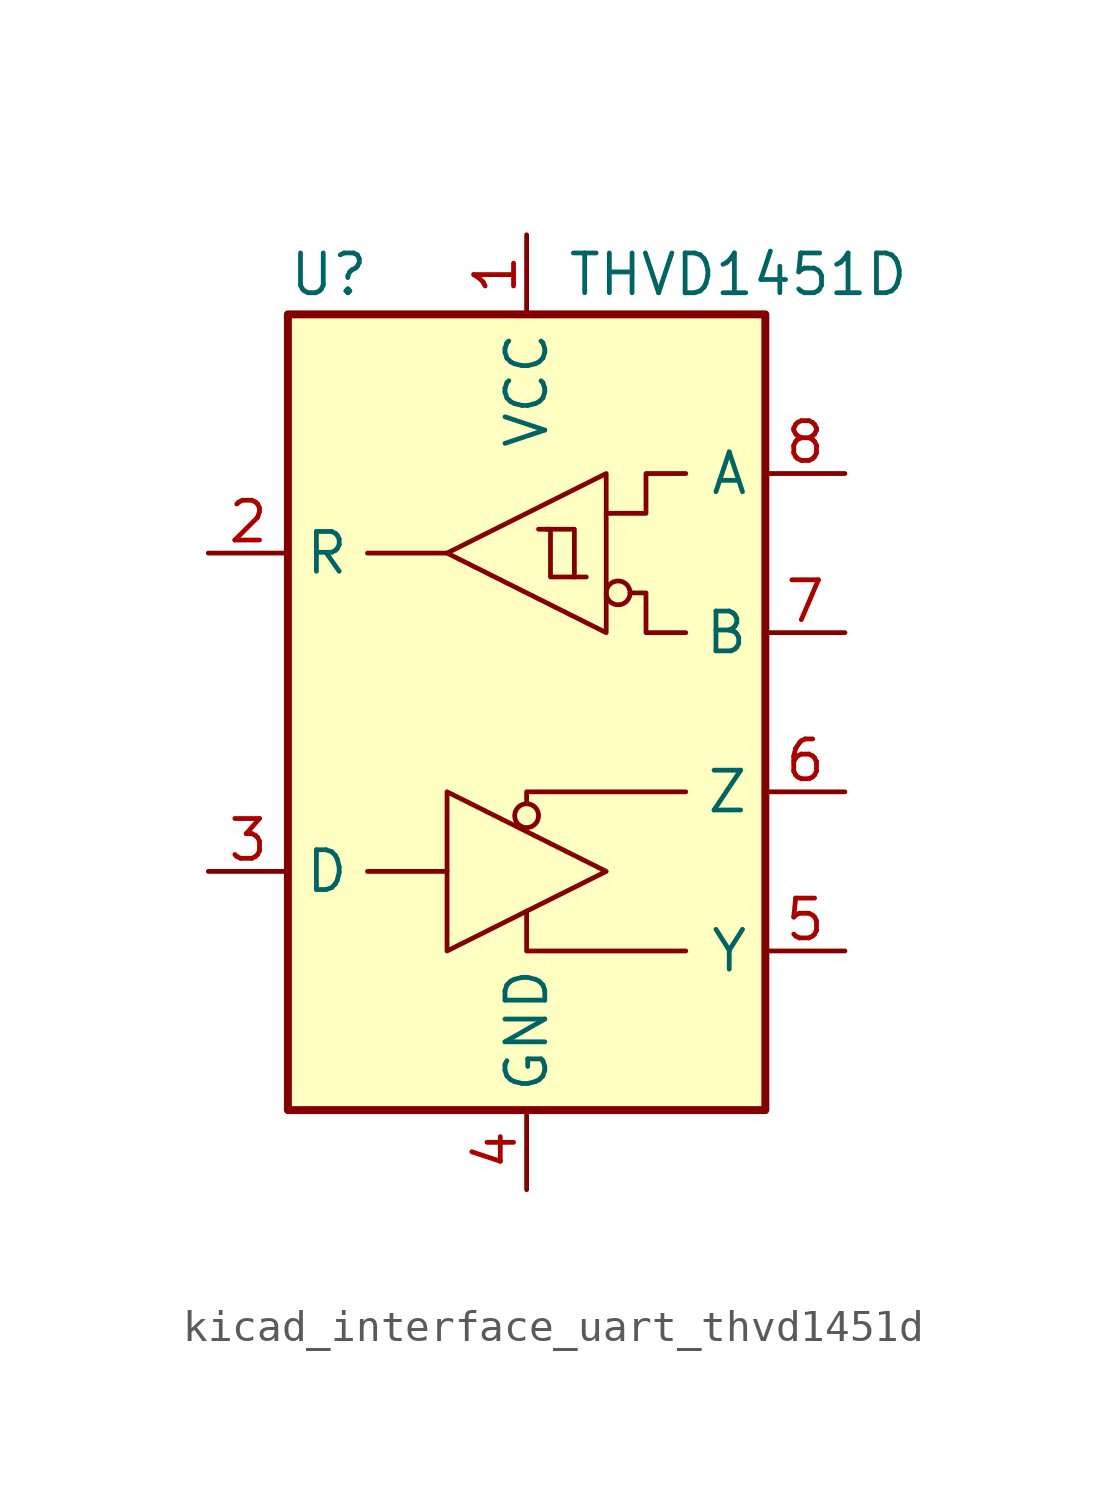
<source format=kicad_sym>
(kicad_symbol_lib
  (version 20220914)
  (generator kicad_symbol_editor)
  (symbol "kicad_interface_uart_thvd1451d"
    (property "Reference" "U"
      (at -7.62 13.97 0)
      (effects (font (size 1.27 1.27)) (justify left)))
    (property "Value" "THVD1451D"
      (at 1.27 13.97 0)
      (effects (font (size 1.27 1.27)) (justify left)))
    (symbol "kicad_interface_uart_thvd1451d_0_1"
      (rectangle (start -7.62 12.7) (end 7.62 -12.7) (stroke (width 0.254) (type default)) (fill (type background)))
      (circle (center 0 -3.302) (radius 0.381) (stroke (width 0) (type default)) (fill (type none)))
      (polyline (pts (xy -5.08 -5.08) (xy -2.54 -5.08)) (stroke (width 0) (type default)) (fill (type none)))
      (polyline (pts (xy -2.54 5.08) (xy -5.08 5.08)) (stroke (width 0) (type default)) (fill (type none)))
      (polyline (pts (xy 1.524 4.318) (xy 1.524 5.842) (xy 0.635 5.842)) (stroke (width 0) (type default)) (fill (type none)))
      (polyline (pts (xy 5.08 -7.62) (xy 0 -7.62) (xy 0 -6.35)) (stroke (width 0) (type default)) (fill (type none)))
      (polyline (pts (xy 5.08 -2.54) (xy 0 -2.54) (xy 0 -2.921)) (stroke (width 0) (type default)) (fill (type none)))
      (polyline (pts (xy -2.54 -2.54) (xy -2.54 -7.62) (xy 2.54 -5.08) (xy -2.54 -2.54)) (stroke (width 0) (type default)) (fill (type none)))
      (polyline (pts (xy 2.54 6.35) (xy 3.81 6.35) (xy 3.81 7.62) (xy 5.08 7.62)) (stroke (width 0) (type default)) (fill (type none)))
      (polyline (pts (xy 2.54 7.62) (xy 2.54 2.54) (xy -2.54 5.08) (xy 2.54 7.62)) (stroke (width 0) (type default)) (fill (type none)))
      (polyline (pts (xy 3.302 3.81) (xy 3.81 3.81) (xy 3.81 2.54) (xy 5.08 2.54)) (stroke (width 0) (type default)) (fill (type none)))
      (polyline (pts (xy 1.905 4.318) (xy 0.889 4.318) (xy 0.762 4.318) (xy 0.762 5.842) (xy 0.381 5.842)) (stroke (width 0) (type default)) (fill (type none)))
      (circle (center 2.921 3.81) (radius 0.381) (stroke (width 0) (type default)) (fill (type none))))
    (symbol "kicad_interface_uart_thvd1451d_1_1"
      (pin power_in line (at 0 15.24 270) (length 2.54) (name "VCC" (effects (font (size 1.27 1.27)))) (number "1" (effects (font (size 1.27 1.27)))))
      (pin output line (at -10.16 5.08 0) (length 2.54) (name "R" (effects (font (size 1.27 1.27)))) (number "2" (effects (font (size 1.27 1.27)))))
      (pin input line (at -10.16 -5.08 0) (length 2.54) (name "D" (effects (font (size 1.27 1.27)))) (number "3" (effects (font (size 1.27 1.27)))))
      (pin power_in line (at 0 -15.24 90) (length 2.54) (name "GND" (effects (font (size 1.27 1.27)))) (number "4" (effects (font (size 1.27 1.27)))))
      (pin output line (at 10.16 -7.62 180) (length 2.54) (name "Y" (effects (font (size 1.27 1.27)))) (number "5" (effects (font (size 1.27 1.27)))))
      (pin output line (at 10.16 -2.54 180) (length 2.54) (name "Z" (effects (font (size 1.27 1.27)))) (number "6" (effects (font (size 1.27 1.27)))))
      (pin input line (at 10.16 2.54 180) (length 2.54) (name "B" (effects (font (size 1.27 1.27)))) (number "7" (effects (font (size 1.27 1.27)))))
      (pin input line (at 10.16 7.62 180) (length 2.54) (name "A" (effects (font (size 1.27 1.27)))) (number "8" (effects (font (size 1.27 1.27))))))))
</source>
